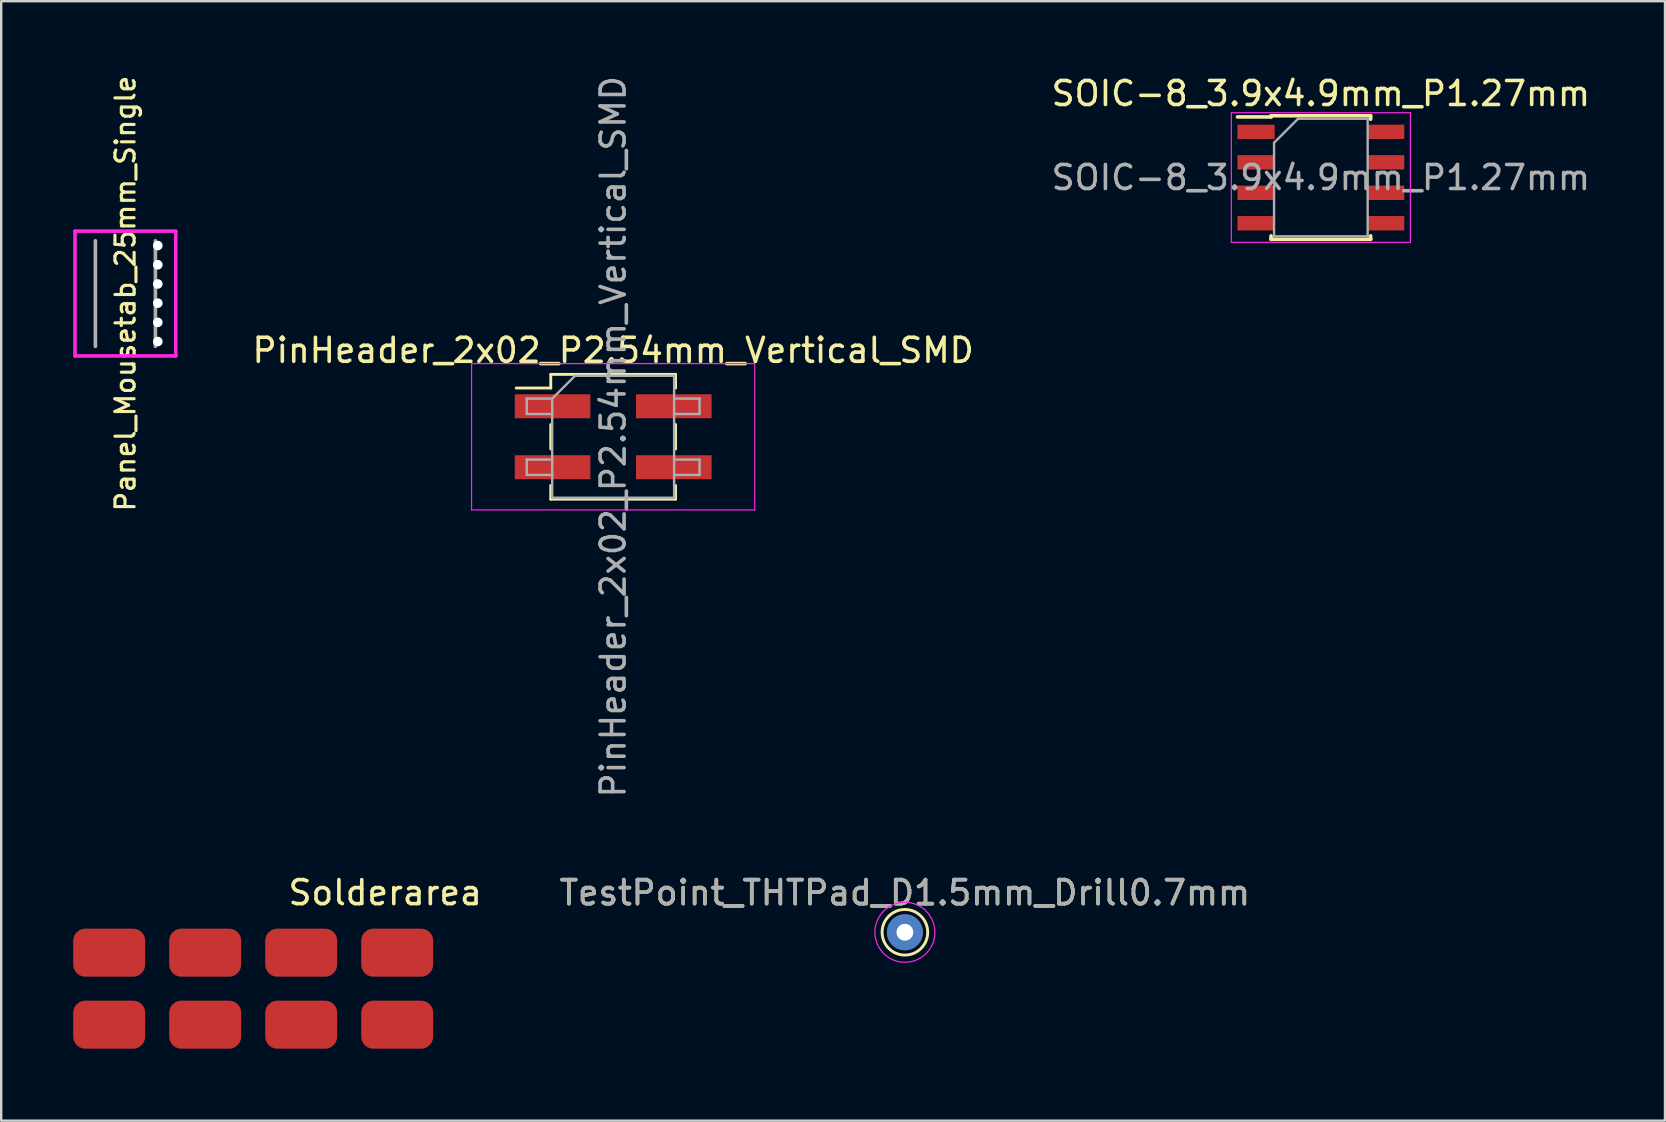
<source format=kicad_pcb>
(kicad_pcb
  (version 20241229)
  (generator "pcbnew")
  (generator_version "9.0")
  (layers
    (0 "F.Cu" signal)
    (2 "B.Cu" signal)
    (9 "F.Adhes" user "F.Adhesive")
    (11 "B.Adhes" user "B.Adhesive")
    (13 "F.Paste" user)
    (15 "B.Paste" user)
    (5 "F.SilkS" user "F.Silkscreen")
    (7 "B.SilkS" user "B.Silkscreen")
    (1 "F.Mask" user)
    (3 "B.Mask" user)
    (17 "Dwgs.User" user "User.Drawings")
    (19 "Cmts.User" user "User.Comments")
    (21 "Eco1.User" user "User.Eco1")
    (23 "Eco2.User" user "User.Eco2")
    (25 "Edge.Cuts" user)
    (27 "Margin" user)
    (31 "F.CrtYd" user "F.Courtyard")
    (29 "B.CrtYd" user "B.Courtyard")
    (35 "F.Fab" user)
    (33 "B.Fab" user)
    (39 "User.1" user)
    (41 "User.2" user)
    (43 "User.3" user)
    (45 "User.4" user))
  (footprint "SOIC-8_3.9x4.9mm_P1.27mm"
    (layer "F.Cu")
    (at 51.987 4.348)
    (property "Reference" "SOIC-8_3.9x4.9mm_P1.27mm" (at 0 -3.5 0) (layer "F.SilkS") (effects (font (size 1 1) (thickness 0.15))))
    (attr smd)
    (fp_line (start -2.075 -2.575) (end -2.075 -2.525) (stroke (width 0.15) (type solid)) (layer "F.SilkS"))
    (fp_line (start -2.075 -2.575) (end 2.075 -2.575) (stroke (width 0.15) (type solid)) (layer "F.SilkS"))
    (fp_line (start -2.075 -2.525) (end -3.475 -2.525) (stroke (width 0.15) (type solid)) (layer "F.SilkS"))
    (fp_line (start -2.075 2.575) (end -2.075 2.43) (stroke (width 0.15) (type solid)) (layer "F.SilkS"))
    (fp_line (start -2.075 2.575) (end 2.075 2.575) (stroke (width 0.15) (type solid)) (layer "F.SilkS"))
    (fp_line (start 2.075 -2.575) (end 2.075 -2.43) (stroke (width 0.15) (type solid)) (layer "F.SilkS"))
    (fp_line (start 2.075 2.575) (end 2.075 2.43) (stroke (width 0.15) (type solid)) (layer "F.SilkS"))
    (fp_line (start -3.73 -2.7) (end -3.73 2.7) (stroke (width 0.05) (type solid)) (layer "F.CrtYd"))
    (fp_line (start -3.73 -2.7) (end 3.73 -2.7) (stroke (width 0.05) (type solid)) (layer "F.CrtYd"))
    (fp_line (start -3.73 2.7) (end 3.73 2.7) (stroke (width 0.05) (type solid)) (layer "F.CrtYd"))
    (fp_line (start 3.73 -2.7) (end 3.73 2.7) (stroke (width 0.05) (type solid)) (layer "F.CrtYd"))
    (fp_line (start -1.95 -1.45) (end -0.95 -2.45) (stroke (width 0.1) (type solid)) (layer "F.Fab"))
    (fp_line (start -1.95 2.45) (end -1.95 -1.45) (stroke (width 0.1) (type solid)) (layer "F.Fab"))
    (fp_line (start -0.95 -2.45) (end 1.95 -2.45) (stroke (width 0.1) (type solid)) (layer "F.Fab"))
    (fp_line (start 1.95 -2.45) (end 1.95 2.45) (stroke (width 0.1) (type solid)) (layer "F.Fab"))
    (fp_line (start 1.95 2.45) (end -1.95 2.45) (stroke (width 0.1) (type solid)) (layer "F.Fab"))
    (fp_text user "${REFERENCE}" (at 0 0 0) (layer "F.Fab") (effects (font (size 1 1) (thickness 0.15))))
    (pad "1" smd rect (at -2.7 -1.905) (size 1.55 0.6) (layers "F.Cu" "F.Mask" "F.Paste"))
    (pad "2" smd rect (at -2.7 -0.635) (size 1.55 0.6) (layers "F.Cu" "F.Mask" "F.Paste"))
    (pad "3" smd rect (at -2.7 0.635) (size 1.55 0.6) (layers "F.Cu" "F.Mask" "F.Paste"))
    (pad "4" smd rect (at -2.7 1.905) (size 1.55 0.6) (layers "F.Cu" "F.Mask" "F.Paste"))
    (pad "5" smd rect (at 2.7 1.905) (size 1.55 0.6) (layers "F.Cu" "F.Mask" "F.Paste"))
    (pad "6" smd rect (at 2.7 0.635) (size 1.55 0.6) (layers "F.Cu" "F.Mask" "F.Paste"))
    (pad "7" smd rect (at 2.7 -0.635) (size 1.55 0.6) (layers "F.Cu" "F.Mask" "F.Paste"))
    (pad "8" smd rect (at 2.7 -1.905) (size 1.55 0.6) (layers "F.Cu" "F.Mask" "F.Paste")))
  (footprint "PinHeader_2x02_P2.54mm_Vertical_SMD"
    (layer "F.Cu")
    (at 22.499 15.149)
    (property "Reference" "PinHeader_2x02_P2.54mm_Vertical_SMD" (at 0 -3.6 0) (layer "F.SilkS") (effects (font (size 1 1) (thickness 0.15))))
    (attr smd)
    (fp_line (start -4.04 -2.03) (end -2.6 -2.03) (stroke (width 0.12) (type solid)) (layer "F.SilkS"))
    (fp_line (start -2.6 -2.6) (end -2.6 -2.03) (stroke (width 0.12) (type solid)) (layer "F.SilkS"))
    (fp_line (start -2.6 -2.6) (end 2.6 -2.6) (stroke (width 0.12) (type solid)) (layer "F.SilkS"))
    (fp_line (start -2.6 -0.51) (end -2.6 0.51) (stroke (width 0.12) (type solid)) (layer "F.SilkS"))
    (fp_line (start -2.6 2.03) (end -2.6 2.6) (stroke (width 0.12) (type solid)) (layer "F.SilkS"))
    (fp_line (start -2.6 2.6) (end 2.6 2.6) (stroke (width 0.12) (type solid)) (layer "F.SilkS"))
    (fp_line (start 2.6 -2.6) (end 2.6 -2.03) (stroke (width 0.12) (type solid)) (layer "F.SilkS"))
    (fp_line (start 2.6 -0.51) (end 2.6 0.51) (stroke (width 0.12) (type solid)) (layer "F.SilkS"))
    (fp_line (start 2.6 2.03) (end 2.6 2.6) (stroke (width 0.12) (type solid)) (layer "F.SilkS"))
    (fp_line (start -5.9 -3.05) (end -5.9 3.05) (stroke (width 0.05) (type solid)) (layer "F.CrtYd"))
    (fp_line (start -5.9 3.05) (end 5.9 3.05) (stroke (width 0.05) (type solid)) (layer "F.CrtYd"))
    (fp_line (start 5.9 -3.05) (end -5.9 -3.05) (stroke (width 0.05) (type solid)) (layer "F.CrtYd"))
    (fp_line (start 5.9 3.05) (end 5.9 -3.05) (stroke (width 0.05) (type solid)) (layer "F.CrtYd"))
    (fp_line (start -3.6 -1.59) (end -3.6 -0.95) (stroke (width 0.1) (type solid)) (layer "F.Fab"))
    (fp_line (start -3.6 -0.95) (end -2.54 -0.95) (stroke (width 0.1) (type solid)) (layer "F.Fab"))
    (fp_line (start -3.6 0.95) (end -3.6 1.59) (stroke (width 0.1) (type solid)) (layer "F.Fab"))
    (fp_line (start -3.6 1.59) (end -2.54 1.59) (stroke (width 0.1) (type solid)) (layer "F.Fab"))
    (fp_line (start -2.54 -1.59) (end -3.6 -1.59) (stroke (width 0.1) (type solid)) (layer "F.Fab"))
    (fp_line (start -2.54 -1.59) (end -1.59 -2.54) (stroke (width 0.1) (type solid)) (layer "F.Fab"))
    (fp_line (start -2.54 0.95) (end -3.6 0.95) (stroke (width 0.1) (type solid)) (layer "F.Fab"))
    (fp_line (start -2.54 2.54) (end -2.54 -1.59) (stroke (width 0.1) (type solid)) (layer "F.Fab"))
    (fp_line (start -1.59 -2.54) (end 2.54 -2.54) (stroke (width 0.1) (type solid)) (layer "F.Fab"))
    (fp_line (start 2.54 -2.54) (end 2.54 2.54) (stroke (width 0.1) (type solid)) (layer "F.Fab"))
    (fp_line (start 2.54 -1.59) (end 3.6 -1.59) (stroke (width 0.1) (type solid)) (layer "F.Fab"))
    (fp_line (start 2.54 0.95) (end 3.6 0.95) (stroke (width 0.1) (type solid)) (layer "F.Fab"))
    (fp_line (start 2.54 2.54) (end -2.54 2.54) (stroke (width 0.1) (type solid)) (layer "F.Fab"))
    (fp_line (start 3.6 -1.59) (end 3.6 -0.95) (stroke (width 0.1) (type solid)) (layer "F.Fab"))
    (fp_line (start 3.6 -0.95) (end 2.54 -0.95) (stroke (width 0.1) (type solid)) (layer "F.Fab"))
    (fp_line (start 3.6 0.95) (end 3.6 1.59) (stroke (width 0.1) (type solid)) (layer "F.Fab"))
    (fp_line (start 3.6 1.59) (end 2.54 1.59) (stroke (width 0.1) (type solid)) (layer "F.Fab"))
    (fp_text user "${REFERENCE}" (at 0 0 90) (layer "F.Fab") (effects (font (size 1 1) (thickness 0.15))))
    (pad "1" smd rect (at -2.525 -1.27) (size 3.15 1) (layers "F.Cu" "F.Mask" "F.Paste"))
    (pad "2" smd rect (at 2.525 -1.27) (size 3.15 1) (layers "F.Cu" "F.Mask" "F.Paste"))
    (pad "3" smd rect (at -2.525 1.27) (size 3.15 1) (layers "F.Cu" "F.Mask" "F.Paste"))
    (pad "4" smd rect (at 2.525 1.27) (size 3.15 1) (layers "F.Cu" "F.Mask" "F.Paste")))
  (footprint "Solderarea"
    (layer "F.Cu")
    (at 7.5 38.146)
    (property "Reference" "Solderarea" (at 5.5 -4 0) (layer "F.SilkS") (effects (font (size 1 1) (thickness 0.15))))
    (attr through_hole)
    (pad "1" smd roundrect (at -6 -1.5) (size 3 2) (layers "F.Cu" "F.Mask") (roundrect_rratio 0.25))
    (pad "2" smd roundrect (at -2 -1.5) (size 3 2) (layers "F.Cu" "F.Mask") (roundrect_rratio 0.25))
    (pad "3" smd roundrect (at 2 -1.5) (size 3 2) (layers "F.Cu" "F.Mask") (roundrect_rratio 0.25))
    (pad "4" smd roundrect (at 6 -1.5) (size 3 2) (layers "F.Cu" "F.Mask") (roundrect_rratio 0.25))
    (pad "5" smd roundrect (at 6 1.5) (size 3 2) (layers "F.Cu" "F.Mask") (roundrect_rratio 0.25))
    (pad "6" smd roundrect (at 2 1.5) (size 3 2) (layers "F.Cu" "F.Mask") (roundrect_rratio 0.25))
    (pad "7" smd roundrect (at -2 1.5) (size 3 2) (layers "F.Cu" "F.Mask") (roundrect_rratio 0.25))
    (pad "8" smd roundrect (at -6 1.5) (size 3 2) (layers "F.Cu" "F.Mask") (roundrect_rratio 0.25)))
  (footprint "TestPoint_THTPad_D1.5mm_Drill0.7mm"
    (layer "F.Cu")
    (at 34.655 35.796)
    (property "Reference" "TestPoint_THTPad_D1.5mm_Drill0.7mm" (at 0 -1.648 0) (layer "F.SilkS") (effects (font (size 1 1) (thickness 0.15))))
    (attr exclude_from_pos_files exclude_from_bom)
    (fp_circle (center 0 0) (end 0 0.95) (stroke (width 0.12) (type solid)) (fill no) (layer "F.SilkS"))
    (fp_circle (center 0 0) (end 1.25 0) (stroke (width 0.05) (type solid)) (fill no) (layer "F.CrtYd"))
    (fp_text user "${REFERENCE}" (at 0 -1.65 0) (layer "F.Fab") (effects (font (size 1 1) (thickness 0.15))))
    (pad "" np_thru_hole circle (at 0 0) (size 1.5 1.5) (drill 0.7) (layers "*.Cu" "*.Mask")))
  (footprint "Panel_Mousetab_25mm_Single"
    (layer "F.Cu")
    (at 2.175 9.182)
    (property "Reference" "Panel_Mousetab_25mm_Single" (at 0 0 90) (layer "F.SilkS") (effects (font (size 0.8 0.8) (thickness 0.13))))
    (attr through_hole)
    (fp_line (start -2.1 -2.6) (end 2.1 -2.6) (stroke (width 0.15) (type solid)) (layer "F.CrtYd"))
    (fp_line (start -2.1 2.6) (end -2.1 -2.6) (stroke (width 0.15) (type solid)) (layer "F.CrtYd"))
    (fp_line (start 2.1 -2.6) (end 2.1 2.6) (stroke (width 0.15) (type solid)) (layer "F.CrtYd"))
    (fp_line (start 2.1 2.6) (end -2.1 2.6) (stroke (width 0.15) (type solid)) (layer "F.CrtYd"))
    (fp_line (start -1.25 -2.2) (end -1.25 2.2) (stroke (width 0.15) (type solid)) (layer "F.Fab"))
    (fp_line (start 1.25 -2.2) (end 1.25 2.2) (stroke (width 0.15) (type solid)) (layer "F.Fab"))
    (pad "" np_thru_hole circle (at 1.35 -2) (size 0.4 0.4) (drill 0.4) (layers "*.Cu"))
    (pad "" np_thru_hole circle (at 1.35 -1.2) (size 0.4 0.4) (drill 0.4) (layers "*.Cu"))
    (pad "" np_thru_hole circle (at 1.35 -0.4) (size 0.4 0.4) (drill 0.4) (layers "*.Cu"))
    (pad "" np_thru_hole circle (at 1.35 0.4) (size 0.4 0.4) (drill 0.4) (layers "*.Cu"))
    (pad "" np_thru_hole circle (at 1.35 1.2) (size 0.4 0.4) (drill 0.4) (layers "*.Cu"))
    (pad "" np_thru_hole circle (at 1.35 2) (size 0.4 0.4) (drill 0.4) (layers "*.Cu")))
  (gr_rect
    (start -3 -3)
    (end 66.326 43.646)
    (stroke (width 0.1) (type default))
    (fill no)
    (layer "Edge.Cuts")))
</source>
